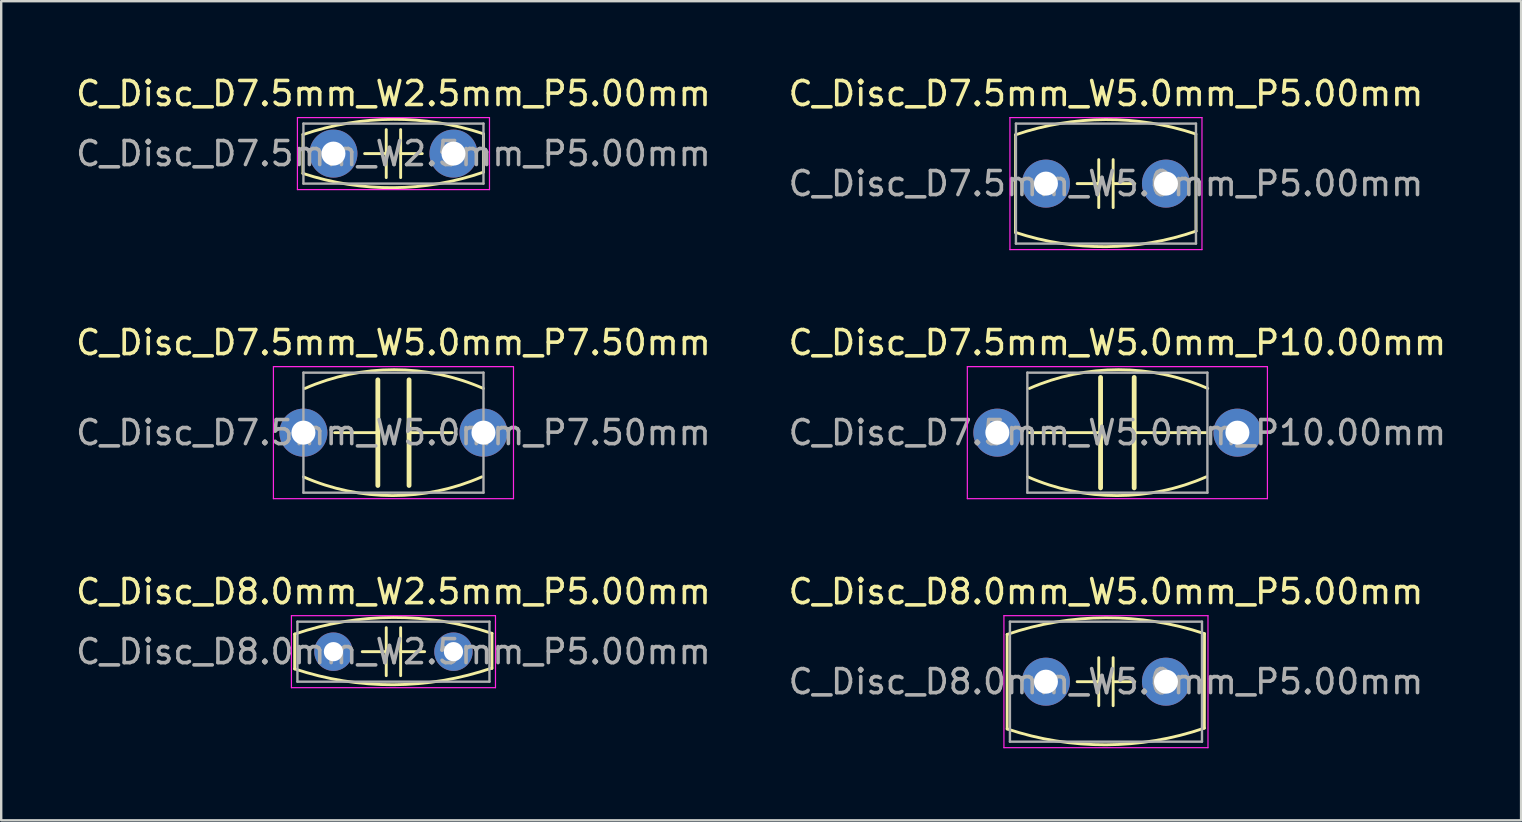
<source format=kicad_pcb>
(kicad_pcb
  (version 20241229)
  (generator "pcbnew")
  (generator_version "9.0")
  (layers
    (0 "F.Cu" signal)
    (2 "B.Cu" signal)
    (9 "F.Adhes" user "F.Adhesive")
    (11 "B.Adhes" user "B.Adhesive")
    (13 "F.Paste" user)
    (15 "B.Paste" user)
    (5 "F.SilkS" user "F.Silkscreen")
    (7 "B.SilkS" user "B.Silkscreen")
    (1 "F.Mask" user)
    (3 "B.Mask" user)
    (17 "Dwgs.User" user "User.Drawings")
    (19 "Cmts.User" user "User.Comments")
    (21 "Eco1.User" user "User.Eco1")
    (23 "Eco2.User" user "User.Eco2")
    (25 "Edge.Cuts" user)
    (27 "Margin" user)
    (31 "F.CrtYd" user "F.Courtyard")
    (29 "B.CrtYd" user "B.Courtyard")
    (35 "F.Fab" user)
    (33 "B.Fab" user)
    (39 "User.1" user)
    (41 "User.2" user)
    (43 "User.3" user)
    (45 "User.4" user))
  (footprint "C_Disc_D7.5mm_W5.0mm_P5.00mm"
    (layer "F.Cu")
    (at 40.518 4.598)
    (property "Reference" "C_Disc_D7.5mm_W5.0mm_P5.00mm" (at 2.5 -3.75 0) (layer "F.SilkS") (effects (font (size 1 1) (thickness 0.15))))
    (fp_line (start -1.27 2.032) (end -1.265 -2.032) (stroke (width 0.12) (type solid)) (layer "F.SilkS"))
    (fp_line (start 1.3 0) (end 2.2 0) (stroke (width 0.12) (type solid)) (layer "F.SilkS"))
    (fp_line (start 2.2 0) (end 2.2 -1) (stroke (width 0.12) (type solid)) (layer "F.SilkS"))
    (fp_line (start 2.2 0) (end 2.2 1) (stroke (width 0.12) (type solid)) (layer "F.SilkS"))
    (fp_line (start 2.8 -1) (end 2.8 1) (stroke (width 0.12) (type solid)) (layer "F.SilkS"))
    (fp_line (start 2.8 0) (end 3.7 0) (stroke (width 0.12) (type solid)) (layer "F.SilkS"))
    (fp_line (start 6.252 1.979) (end 6.244 -2.065) (stroke (width 0.12) (type solid)) (layer "F.SilkS"))
    (fp_arc (start -1.27 -2.032) (mid 2.484179 -2.667161) (end 6.243765 -2.06483) (stroke (width 0.12) (type solid)) (layer "F.SilkS"))
    (fp_arc (start 6.252064 1.979054) (mid 2.4954 2.626137) (end -1.27 2.032) (stroke (width 0.12) (type solid)) (layer "F.SilkS"))
    (fp_line (start -1.5 -2.75) (end -1.5 2.75) (stroke (width 0.05) (type solid)) (layer "F.CrtYd"))
    (fp_line (start -1.5 2.75) (end 6.5 2.75) (stroke (width 0.05) (type solid)) (layer "F.CrtYd"))
    (fp_line (start 6.5 -2.75) (end -1.5 -2.75) (stroke (width 0.05) (type solid)) (layer "F.CrtYd"))
    (fp_line (start 6.5 2.75) (end 6.5 -2.75) (stroke (width 0.05) (type solid)) (layer "F.CrtYd"))
    (fp_line (start -1.25 -2.5) (end -1.25 2.5) (stroke (width 0.1) (type solid)) (layer "F.Fab"))
    (fp_line (start -1.25 2.5) (end 6.25 2.5) (stroke (width 0.1) (type solid)) (layer "F.Fab"))
    (fp_line (start 6.25 -2.5) (end -1.25 -2.5) (stroke (width 0.1) (type solid)) (layer "F.Fab"))
    (fp_line (start 6.25 2.5) (end 6.25 -2.5) (stroke (width 0.1) (type solid)) (layer "F.Fab"))
    (fp_text user "${REFERENCE}" (at 2.5 0 0) (layer "F.Fab") (effects (font (size 1 1) (thickness 0.15))))
    (pad "1" thru_hole circle (at 0 0) (size 2 2) (drill 1) (layers "*.Cu" "*.Mask"))
    (pad "2" thru_hole circle (at 5 0) (size 2 2) (drill 1) (layers "*.Cu" "*.Mask")))
  (footprint "C_Disc_D7.5mm_W5.0mm_P7.50mm"
    (layer "F.Cu")
    (at 9.589 14.972)
    (property "Reference" "C_Disc_D7.5mm_W5.0mm_P7.50mm" (at 3.75 -3.75 0) (layer "F.SilkS") (effects (font (size 1 1) (thickness 0.15))))
    (fp_line (start 1.3 0) (end 3.1 0) (stroke (width 0.12) (type solid)) (layer "F.SilkS"))
    (fp_line (start 3.1 0) (end 3.1 -2.2) (stroke (width 0.2) (type solid)) (layer "F.SilkS"))
    (fp_line (start 3.1 0) (end 3.1 2.2) (stroke (width 0.2) (type solid)) (layer "F.SilkS"))
    (fp_line (start 4.4 0) (end 4.4 -2.2) (stroke (width 0.2) (type solid)) (layer "F.SilkS"))
    (fp_line (start 4.4 0) (end 4.4 2.2) (stroke (width 0.2) (type solid)) (layer "F.SilkS"))
    (fp_line (start 4.4 0) (end 6.2 0) (stroke (width 0.12) (type solid)) (layer "F.SilkS"))
    (fp_arc (start 0.063384 -1.8415) (mid 3.77822 -2.621484) (end 7.493 -1.841237) (stroke (width 0.12) (type solid)) (layer "F.SilkS"))
    (fp_arc (start 7.4295 1.8415) (mid 3.714664 2.621484) (end -0.000116 1.841237) (stroke (width 0.12) (type solid)) (layer "F.SilkS"))
    (fp_line (start -1.25 -2.75) (end -1.25 2.75) (stroke (width 0.05) (type solid)) (layer "F.CrtYd"))
    (fp_line (start -1.25 2.75) (end 8.75 2.75) (stroke (width 0.05) (type solid)) (layer "F.CrtYd"))
    (fp_line (start 8.75 -2.75) (end -1.25 -2.75) (stroke (width 0.05) (type solid)) (layer "F.CrtYd"))
    (fp_line (start 8.75 2.75) (end 8.75 -2.75) (stroke (width 0.05) (type solid)) (layer "F.CrtYd"))
    (fp_line (start 0 -2.5) (end 0 2.5) (stroke (width 0.1) (type solid)) (layer "F.Fab"))
    (fp_line (start 0 2.5) (end 7.5 2.5) (stroke (width 0.1) (type solid)) (layer "F.Fab"))
    (fp_line (start 7.5 -2.5) (end 0 -2.5) (stroke (width 0.1) (type solid)) (layer "F.Fab"))
    (fp_line (start 7.5 2.5) (end 7.5 -2.5) (stroke (width 0.1) (type solid)) (layer "F.Fab"))
    (fp_text user "${REFERENCE}" (at 3.75 0 0) (layer "F.Fab") (effects (font (size 1 1) (thickness 0.15))))
    (pad "1" thru_hole circle (at 0 0) (size 2 2) (drill 1) (layers "*.Cu" "*.Mask"))
    (pad "2" thru_hole circle (at 7.5 0) (size 2 2) (drill 1) (layers "*.Cu" "*.Mask")))
  (footprint "C_Disc_D7.5mm_W5.0mm_P10.00mm"
    (layer "F.Cu")
    (at 38.494 14.972)
    (property "Reference" "C_Disc_D7.5mm_W5.0mm_P10.00mm" (at 5 -3.75 0) (layer "F.SilkS") (effects (font (size 1 1) (thickness 0.15))))
    (fp_line (start 1.3 0) (end 4.3 0) (stroke (width 0.12) (type solid)) (layer "F.SilkS"))
    (fp_line (start 4.3 0) (end 4.3 -2.3) (stroke (width 0.2) (type solid)) (layer "F.SilkS"))
    (fp_line (start 4.3 0) (end 4.3 2.3) (stroke (width 0.2) (type solid)) (layer "F.SilkS"))
    (fp_line (start 5.7 0) (end 5.7 -2.3) (stroke (width 0.2) (type solid)) (layer "F.SilkS"))
    (fp_line (start 5.7 0) (end 5.7 2.3) (stroke (width 0.2) (type solid)) (layer "F.SilkS"))
    (fp_line (start 5.7 0) (end 8.7 0) (stroke (width 0.12) (type solid)) (layer "F.SilkS"))
    (fp_arc (start 1.333384 -1.8415) (mid 5.04822 -2.621484) (end 8.763 -1.841237) (stroke (width 0.12) (type solid)) (layer "F.SilkS"))
    (fp_arc (start 8.6995 1.8415) (mid 4.984664 2.621484) (end 1.269884 1.841237) (stroke (width 0.12) (type solid)) (layer "F.SilkS"))
    (fp_line (start -1.25 -2.75) (end -1.25 2.75) (stroke (width 0.05) (type solid)) (layer "F.CrtYd"))
    (fp_line (start -1.25 2.75) (end 11.25 2.75) (stroke (width 0.05) (type solid)) (layer "F.CrtYd"))
    (fp_line (start 11.25 -2.75) (end -1.25 -2.75) (stroke (width 0.05) (type solid)) (layer "F.CrtYd"))
    (fp_line (start 11.25 2.75) (end 11.25 -2.75) (stroke (width 0.05) (type solid)) (layer "F.CrtYd"))
    (fp_line (start 1.25 -2.5) (end 1.25 2.5) (stroke (width 0.1) (type solid)) (layer "F.Fab"))
    (fp_line (start 1.25 2.5) (end 8.75 2.5) (stroke (width 0.1) (type solid)) (layer "F.Fab"))
    (fp_line (start 8.75 -2.5) (end 1.25 -2.5) (stroke (width 0.1) (type solid)) (layer "F.Fab"))
    (fp_line (start 8.75 2.5) (end 8.75 -2.5) (stroke (width 0.1) (type solid)) (layer "F.Fab"))
    (fp_text user "${REFERENCE}" (at 5 0 0) (layer "F.Fab") (effects (font (size 1 1) (thickness 0.15))))
    (pad "1" thru_hole circle (at 0 0) (size 2 2) (drill 1) (layers "*.Cu" "*.Mask"))
    (pad "2" thru_hole circle (at 10 0) (size 2 2) (drill 1) (layers "*.Cu" "*.Mask")))
  (footprint "C_Disc_D8.0mm_W2.5mm_P5.00mm"
    (layer "F.Cu")
    (at 10.839 24.095)
    (property "Reference" "C_Disc_D8.0mm_W2.5mm_P5.00mm" (at 2.5 -2.5 0) (layer "F.SilkS") (effects (font (size 1 1) (thickness 0.15))))
    (fp_line (start -1.615 -0.731) (end -1.615 0.717) (stroke (width 0.12) (type solid)) (layer "F.SilkS"))
    (fp_line (start 1.2 0) (end 2.2 0) (stroke (width 0.12) (type solid)) (layer "F.SilkS"))
    (fp_line (start 2.2 0) (end 2.2 -1) (stroke (width 0.12) (type solid)) (layer "F.SilkS"))
    (fp_line (start 2.2 0) (end 2.2 1) (stroke (width 0.12) (type solid)) (layer "F.SilkS"))
    (fp_line (start 2.8 -1) (end 2.8 1) (stroke (width 0.12) (type solid)) (layer "F.SilkS"))
    (fp_line (start 2.8 0) (end 3.8 0) (stroke (width 0.12) (type solid)) (layer "F.SilkS"))
    (fp_line (start 6.604 0.699) (end 6.604 -0.762) (stroke (width 0.12) (type solid)) (layer "F.SilkS"))
    (fp_arc (start -1.614989 -0.731131) (mid 2.491959 -1.424681) (end 6.604 -0.762) (stroke (width 0.12) (type solid)) (layer "F.SilkS"))
    (fp_arc (start 6.598727 0.683147) (mid 2.494632 1.376902) (end -1.614989 0.716669) (stroke (width 0.12) (type solid)) (layer "F.SilkS"))
    (fp_line (start -1.75 -1.5) (end -1.75 1.5) (stroke (width 0.05) (type solid)) (layer "F.CrtYd"))
    (fp_line (start -1.75 1.5) (end 6.75 1.5) (stroke (width 0.05) (type solid)) (layer "F.CrtYd"))
    (fp_line (start 6.75 -1.5) (end -1.75 -1.5) (stroke (width 0.05) (type solid)) (layer "F.CrtYd"))
    (fp_line (start 6.75 1.5) (end 6.75 -1.5) (stroke (width 0.05) (type solid)) (layer "F.CrtYd"))
    (fp_line (start -1.5 -1.25) (end -1.5 1.25) (stroke (width 0.1) (type solid)) (layer "F.Fab"))
    (fp_line (start -1.5 1.25) (end 6.5 1.25) (stroke (width 0.1) (type solid)) (layer "F.Fab"))
    (fp_line (start 6.5 -1.25) (end -1.5 -1.25) (stroke (width 0.1) (type solid)) (layer "F.Fab"))
    (fp_line (start 6.5 1.25) (end 6.5 -1.25) (stroke (width 0.1) (type solid)) (layer "F.Fab"))
    (fp_text user "${REFERENCE}" (at 2.5 0 0) (layer "F.Fab") (effects (font (size 1 1) (thickness 0.15))))
    (pad "1" thru_hole circle (at 0 0) (size 1.6 1.6) (drill 0.8) (layers "*.Cu" "*.Mask"))
    (pad "2" thru_hole circle (at 5 0) (size 1.6 1.6) (drill 0.8) (layers "*.Cu" "*.Mask")))
  (footprint "C_Disc_D8.0mm_W5.0mm_P5.00mm"
    (layer "F.Cu")
    (at 40.518 25.345)
    (property "Reference" "C_Disc_D8.0mm_W5.0mm_P5.00mm" (at 2.5 -3.75 0) (layer "F.SilkS") (effects (font (size 1 1) (thickness 0.15))))
    (fp_line (start -1.615 -1.968) (end -1.615 1.968) (stroke (width 0.12) (type solid)) (layer "F.SilkS"))
    (fp_line (start 1.3 0) (end 2.2 0) (stroke (width 0.12) (type solid)) (layer "F.SilkS"))
    (fp_line (start 2.2 0) (end 2.2 -1) (stroke (width 0.12) (type solid)) (layer "F.SilkS"))
    (fp_line (start 2.2 0) (end 2.2 1) (stroke (width 0.12) (type solid)) (layer "F.SilkS"))
    (fp_line (start 2.8 -1) (end 2.8 1) (stroke (width 0.12) (type solid)) (layer "F.SilkS"))
    (fp_line (start 2.8 0) (end 3.7 0) (stroke (width 0.12) (type solid)) (layer "F.SilkS"))
    (fp_line (start 6.599 1.935) (end 6.604 -1.999) (stroke (width 0.12) (type solid)) (layer "F.SilkS"))
    (fp_arc (start -1.614989 -1.9685) (mid 2.491959 -2.66205) (end 6.604 -1.999369) (stroke (width 0.12) (type solid)) (layer "F.SilkS"))
    (fp_arc (start 6.598727 1.934978) (mid 2.494632 2.628733) (end -1.614989 1.9685) (stroke (width 0.12) (type solid)) (layer "F.SilkS"))
    (fp_line (start -1.75 -2.75) (end -1.75 2.75) (stroke (width 0.05) (type solid)) (layer "F.CrtYd"))
    (fp_line (start -1.75 2.75) (end 6.75 2.75) (stroke (width 0.05) (type solid)) (layer "F.CrtYd"))
    (fp_line (start 6.75 -2.75) (end -1.75 -2.75) (stroke (width 0.05) (type solid)) (layer "F.CrtYd"))
    (fp_line (start 6.75 2.75) (end 6.75 -2.75) (stroke (width 0.05) (type solid)) (layer "F.CrtYd"))
    (fp_line (start -1.5 -2.5) (end -1.5 2.5) (stroke (width 0.1) (type solid)) (layer "F.Fab"))
    (fp_line (start -1.5 2.5) (end 6.5 2.5) (stroke (width 0.1) (type solid)) (layer "F.Fab"))
    (fp_line (start 6.5 -2.5) (end -1.5 -2.5) (stroke (width 0.1) (type solid)) (layer "F.Fab"))
    (fp_line (start 6.5 2.5) (end 6.5 -2.5) (stroke (width 0.1) (type solid)) (layer "F.Fab"))
    (fp_text user "${REFERENCE}" (at 2.5 0 0) (layer "F.Fab") (effects (font (size 1 1) (thickness 0.15))))
    (pad "1" thru_hole circle (at 0 0) (size 2 2) (drill 1) (layers "*.Cu" "*.Mask"))
    (pad "2" thru_hole circle (at 5 0) (size 2 2) (drill 1) (layers "*.Cu" "*.Mask")))
  (footprint "C_Disc_D7.5mm_W2.5mm_P5.00mm"
    (layer "F.Cu")
    (at 10.839 3.348)
    (property "Reference" "C_Disc_D7.5mm_W2.5mm_P5.00mm" (at 2.5 -2.5 0) (layer "F.SilkS") (effects (font (size 1 1) (thickness 0.15))))
    (fp_line (start -1.27 0.826) (end -1.269 -0.804) (stroke (width 0.12) (type solid)) (layer "F.SilkS"))
    (fp_line (start 1.3 0) (end 2.2 0) (stroke (width 0.12) (type solid)) (layer "F.SilkS"))
    (fp_line (start 2.2 0) (end 2.2 -1) (stroke (width 0.12) (type solid)) (layer "F.SilkS"))
    (fp_line (start 2.2 0) (end 2.2 1) (stroke (width 0.12) (type solid)) (layer "F.SilkS"))
    (fp_line (start 2.8 -1) (end 2.8 1) (stroke (width 0.12) (type solid)) (layer "F.SilkS"))
    (fp_line (start 2.8 0) (end 3.7 0) (stroke (width 0.12) (type solid)) (layer "F.SilkS"))
    (fp_line (start 6.248 0.762) (end 6.248 -0.813) (stroke (width 0.12) (type solid)) (layer "F.SilkS"))
    (fp_arc (start -1.265365 -0.79267) (mid 2.488814 -1.427831) (end 6.2484 -0.8255) (stroke (width 0.12) (type solid)) (layer "F.SilkS"))
    (fp_arc (start 6.252064 0.772554) (mid 2.4954 1.419637) (end -1.27 0.8255) (stroke (width 0.12) (type solid)) (layer "F.SilkS"))
    (fp_line (start -1.5 -1.5) (end -1.5 1.5) (stroke (width 0.05) (type solid)) (layer "F.CrtYd"))
    (fp_line (start -1.5 1.5) (end 6.5 1.5) (stroke (width 0.05) (type solid)) (layer "F.CrtYd"))
    (fp_line (start 6.5 -1.5) (end -1.5 -1.5) (stroke (width 0.05) (type solid)) (layer "F.CrtYd"))
    (fp_line (start 6.5 1.5) (end 6.5 -1.5) (stroke (width 0.05) (type solid)) (layer "F.CrtYd"))
    (fp_line (start -1.25 -1.25) (end -1.25 1.25) (stroke (width 0.1) (type solid)) (layer "F.Fab"))
    (fp_line (start -1.25 1.25) (end 6.25 1.25) (stroke (width 0.1) (type solid)) (layer "F.Fab"))
    (fp_line (start 6.25 -1.25) (end -1.25 -1.25) (stroke (width 0.1) (type solid)) (layer "F.Fab"))
    (fp_line (start 6.25 1.25) (end 6.25 -1.25) (stroke (width 0.1) (type solid)) (layer "F.Fab"))
    (fp_text user "${REFERENCE}" (at 2.5 0 0) (layer "F.Fab") (effects (font (size 1 1) (thickness 0.15))))
    (pad "1" thru_hole circle (at 0 0) (size 2 2) (drill 1) (layers "*.Cu" "*.Mask"))
    (pad "2" thru_hole circle (at 5 0) (size 2 2) (drill 1) (layers "*.Cu" "*.Mask")))
  (gr_rect
    (start -3 -3)
    (end 60.31 31.12)
    (stroke (width 0.1) (type default))
    (fill no)
    (layer "Edge.Cuts")))
</source>
